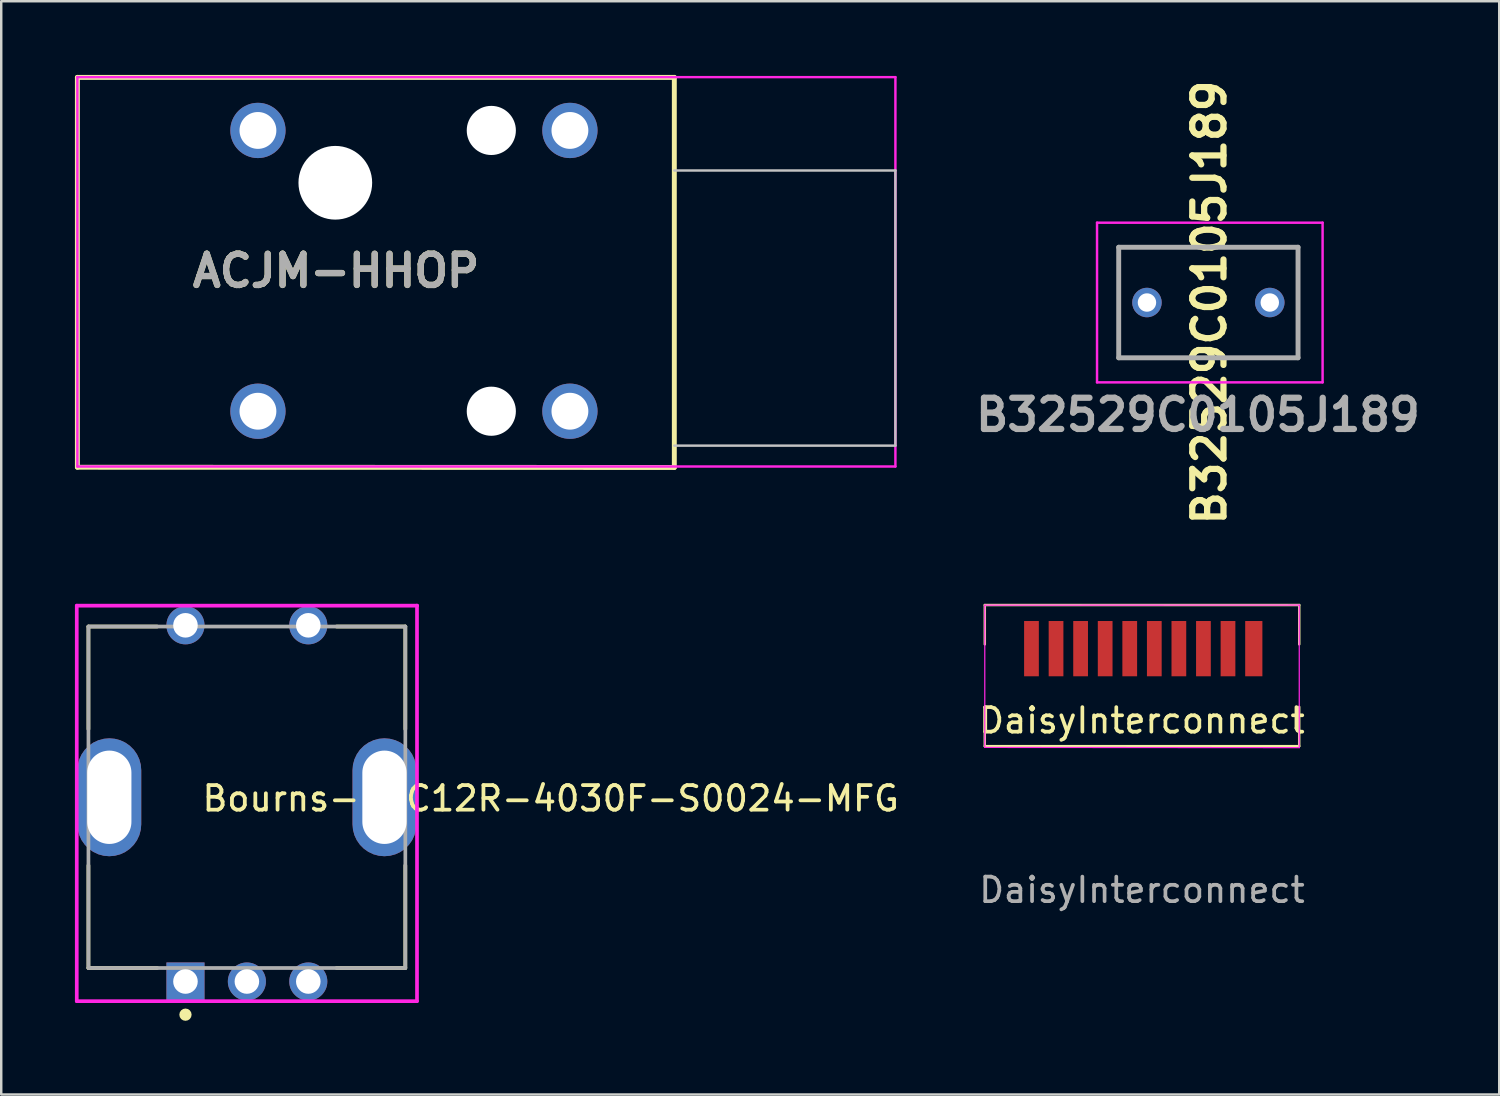
<source format=kicad_pcb>
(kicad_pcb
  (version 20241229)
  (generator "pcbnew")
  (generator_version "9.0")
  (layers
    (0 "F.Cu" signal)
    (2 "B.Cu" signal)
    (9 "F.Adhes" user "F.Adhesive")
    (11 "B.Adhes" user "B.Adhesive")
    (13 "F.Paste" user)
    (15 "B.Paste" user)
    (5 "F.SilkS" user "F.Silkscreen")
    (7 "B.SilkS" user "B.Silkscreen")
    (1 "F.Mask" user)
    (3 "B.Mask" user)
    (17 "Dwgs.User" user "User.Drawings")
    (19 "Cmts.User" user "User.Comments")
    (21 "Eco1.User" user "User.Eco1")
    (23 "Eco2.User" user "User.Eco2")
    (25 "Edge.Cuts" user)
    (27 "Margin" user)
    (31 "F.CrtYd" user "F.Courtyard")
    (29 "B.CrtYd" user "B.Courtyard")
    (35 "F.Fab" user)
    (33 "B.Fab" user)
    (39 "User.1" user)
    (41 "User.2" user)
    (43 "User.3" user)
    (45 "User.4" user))
  (footprint "Bourns-PEC12R-4030F-S0024-MFG"
    (layer "F.Cu")
    (at 7 29.405)
    (property "Reference" "Bourns-PEC12R-4030F-S0024-MFG" (at -1.9 0.05 0) (layer "F.SilkS") (effects (font (size 1 1) (thickness 0.154)) (justify left)))
    (attr through_hole)
    (fp_line (start -6.45 -6.95) (end -3.65 -6.95) (stroke (width 0.15) (type solid)) (layer "F.SilkS"))
    (fp_line (start -6.45 -2.775) (end -6.45 -6.95) (stroke (width 0.15) (type solid)) (layer "F.SilkS"))
    (fp_line (start -6.45 6.95) (end -6.45 2.775) (stroke (width 0.15) (type solid)) (layer "F.SilkS"))
    (fp_line (start -6.45 6.95) (end -3.65 6.95) (stroke (width 0.15) (type solid)) (layer "F.SilkS"))
    (fp_line (start 3.65 -6.95) (end 6.45 -6.95) (stroke (width 0.15) (type solid)) (layer "F.SilkS"))
    (fp_line (start 3.65 6.95) (end 6.45 6.95) (stroke (width 0.15) (type solid)) (layer "F.SilkS"))
    (fp_line (start 6.45 -2.775) (end 6.45 -6.95) (stroke (width 0.15) (type solid)) (layer "F.SilkS"))
    (fp_line (start 6.45 6.95) (end 6.45 2.775) (stroke (width 0.15) (type solid)) (layer "F.SilkS"))
    (fp_circle (center -2.5 8.85) (end -2.375 8.85) (stroke (width 0.25) (type solid)) (fill no) (layer "F.SilkS"))
    (fp_line (start -6.925 -7.8) (end -6.925 8.3) (stroke (width 0.15) (type solid)) (layer "F.CrtYd"))
    (fp_line (start -6.925 8.3) (end 6.925 8.3) (stroke (width 0.15) (type solid)) (layer "F.CrtYd"))
    (fp_line (start 6.925 -7.8) (end -6.925 -7.8) (stroke (width 0.15) (type solid)) (layer "F.CrtYd"))
    (fp_line (start 6.925 -7.8) (end 6.925 -7.8) (stroke (width 0.15) (type solid)) (layer "F.CrtYd"))
    (fp_line (start 6.925 8.3) (end 6.925 -7.8) (stroke (width 0.15) (type solid)) (layer "F.CrtYd"))
    (fp_line (start -6.45 -6.95) (end 6.45 -6.95) (stroke (width 0.15) (type solid)) (layer "F.Fab"))
    (fp_line (start -6.45 6.95) (end -6.45 -6.95) (stroke (width 0.15) (type solid)) (layer "F.Fab"))
    (fp_line (start 6.45 -6.95) (end 6.45 6.95) (stroke (width 0.15) (type solid)) (layer "F.Fab"))
    (fp_line (start 6.45 6.95) (end -6.45 6.95) (stroke (width 0.15) (type solid)) (layer "F.Fab"))
    (pad "" thru_hole roundrect (at -5.6 0) (size 2.6 4.8) (drill oval 1.8 3.8) (layers "*.Cu" "*.Mask") (roundrect_rratio 0.5))
    (pad "" thru_hole roundrect (at 5.6 0) (size 2.6 4.8) (drill oval 1.8 3.8) (layers "*.Cu" "*.Mask") (roundrect_rratio 0.5))
    (pad "A" thru_hole rect (at -2.5 7.5) (size 1.55 1.55) (drill 1) (layers "*.Cu" "*.Mask"))
    (pad "B" thru_hole circle (at 2.5 7.5) (size 1.55 1.55) (drill 1) (layers "*.Cu" "*.Mask"))
    (pad "C" thru_hole circle (at 0 7.5) (size 1.55 1.55) (drill 1) (layers "*.Cu" "*.Mask"))
    (pad "S1" thru_hole circle (at -2.5 -7) (size 1.55 1.55) (drill 1) (layers "*.Cu" "*.Mask"))
    (pad "S2" thru_hole circle (at 2.5 -7) (size 1.55 1.55) (drill 1) (layers "*.Cu" "*.Mask")))
  (footprint "ACJM-HHOP"
    (layer "F.Cu")
    (at 7.45 13.69)
    (property "Reference" "ACJM-HHOP" (at 3.18 -5.715 0) (layer "F.SilkS") (effects (font (size 1.27 1.27) (thickness 0.254))))
    (attr through_hole)
    (fp_line (start -7.35 -13.59) (end -7.35 2.28) (stroke (width 0.2) (type default)) (layer "F.SilkS"))
    (fp_line (start -7.35 -13.59) (end 16.95 -13.59) (stroke (width 0.2) (type solid)) (layer "F.SilkS"))
    (fp_line (start 16.95 -13.59) (end 16.95 2.29) (stroke (width 0.2) (type default)) (layer "F.SilkS"))
    (fp_line (start 16.95 2.29) (end -7.35 2.28) (stroke (width 0.2) (type solid)) (layer "F.SilkS"))
    (fp_line (start 16.95 1.4) (end 25.95 1.4) (stroke (width 0.1) (type default)) (layer "Dwgs.User"))
    (fp_line (start 25.95 -9.8) (end 16.95 -9.8) (stroke (width 0.1) (type default)) (layer "Dwgs.User"))
    (fp_line (start 25.95 1.4) (end 25.95 -9.8) (stroke (width 0.1) (type default)) (layer "Dwgs.User"))
    (fp_line (start -7.35 -13.6) (end 25.95 -13.6) (stroke (width 0.1) (type solid)) (layer "F.CrtYd"))
    (fp_line (start -7.35 2.25) (end -7.35 -13.6) (stroke (width 0.1) (type solid)) (layer "F.CrtYd"))
    (fp_line (start 25.95 -13.6) (end 25.95 2.25) (stroke (width 0.1) (type solid)) (layer "F.CrtYd"))
    (fp_line (start 25.95 2.25) (end -7.35 2.25) (stroke (width 0.1) (type solid)) (layer "F.CrtYd"))
    (fp_text user "${REFERENCE}" (at 3.18 -5.715 0) (layer "F.Fab") (effects (font (size 1.27 1.27) (thickness 0.254))))
    (pad "" np_thru_hole circle (at 3.15 -9.3) (size 3 3) (drill 3) (layers "*.Cu" "*.Mask"))
    (pad "" np_thru_hole circle (at 9.5 -11.43) (size 2 2) (drill 2) (layers "*.Cu" "*.Mask"))
    (pad "" np_thru_hole circle (at 9.5 0) (size 2 2) (drill 2) (layers "*.Cu" "*.Mask"))
    (pad "S" thru_hole circle (at 12.7 -11.43) (size 2.25 2.25) (drill 1.5) (layers "*.Cu" "*.Mask"))
    (pad "SN" thru_hole circle (at 12.7 0) (size 2.25 2.25) (drill 1.5) (layers "*.Cu" "*.Mask"))
    (pad "T" thru_hole circle (at 0 -11.43) (size 2.25 2.25) (drill 1.5) (layers "*.Cu" "*.Mask"))
    (pad "TN" thru_hole circle (at 0 0) (size 2.25 2.25) (drill 1.5) (layers "*.Cu" "*.Mask")))
  (footprint "DaisyInterconnect"
    (layer "F.Cu")
    (at 43.439 24.48)
    (property "Reference" "DaisyInterconnect" (at 0 1.8 0) (layer "F.SilkS") (effects (font (size 1 1) (thickness 0.15))))
    (attr smd)
    (fp_line (start -6.401 1.245) (end -6.401 2.845) (stroke (width 0.1) (type default)) (layer "F.SilkS"))
    (fp_line (start -6.401 2.845) (end 6.399 2.845) (stroke (width 0.1) (type default)) (layer "F.SilkS"))
    (fp_line (start -6.4 -2.9) (end -6.4 -1.3) (stroke (width 0.1) (type default)) (layer "F.SilkS"))
    (fp_line (start 6.399 2.845) (end 6.399 1.245) (stroke (width 0.1) (type default)) (layer "F.SilkS"))
    (fp_line (start 6.4 -2.9) (end -6.4 -2.9) (stroke (width 0.1) (type default)) (layer "F.SilkS"))
    (fp_line (start 6.4 -1.3) (end 6.4 -2.9) (stroke (width 0.1) (type default)) (layer "F.SilkS"))
    (fp_line (start -6.401 -2.896) (end -6.401 2.895) (stroke (width 0.05) (type solid)) (layer "F.CrtYd"))
    (fp_line (start -6.401 2.895) (end 6.401 2.905) (stroke (width 0.05) (type solid)) (layer "F.CrtYd"))
    (fp_line (start 6.401 -2.9) (end -6.401 -2.896) (stroke (width 0.05) (type solid)) (layer "F.CrtYd"))
    (fp_line (start 6.401 2.905) (end 6.401 -2.9) (stroke (width 0.05) (type solid)) (layer "F.CrtYd"))
    (fp_text user "${REFERENCE}" (at 0 8.7 0) (layer "F.Fab") (effects (font (size 1 1) (thickness 0.15))))
    (pad "1" smd rect (at -4.5 -1.125) (size 0.6 2.25) (layers "F.Cu" "F.Mask" "F.Paste"))
    (pad "2" smd rect (at -3.5 -1.125) (size 0.6 2.25) (layers "F.Cu" "F.Mask" "F.Paste"))
    (pad "3" smd rect (at -2.5 -1.125) (size 0.6 2.25) (layers "F.Cu" "F.Mask" "F.Paste"))
    (pad "4" smd rect (at -1.5 -1.125) (size 0.6 2.25) (layers "F.Cu" "F.Mask" "F.Paste"))
    (pad "5" smd rect (at -0.5 -1.125) (size 0.6 2.25) (layers "F.Cu" "F.Mask" "F.Paste"))
    (pad "6" smd rect (at 0.5 -1.125) (size 0.6 2.25) (layers "F.Cu" "F.Mask" "F.Paste"))
    (pad "7" smd rect (at 1.5 -1.125) (size 0.6 2.25) (layers "F.Cu" "F.Mask" "F.Paste"))
    (pad "8" smd rect (at 2.5 -1.125) (size 0.6 2.25) (layers "F.Cu" "F.Mask" "F.Paste"))
    (pad "9" smd rect (at 3.5 -1.125) (size 0.6 2.25) (layers "F.Cu" "F.Mask" "F.Paste"))
    (pad "10" smd rect (at 4.55 -1.125) (size 0.7 2.25) (layers "F.Cu" "F.Mask" "F.Paste")))
  (footprint "B32529C0105J189"
    (layer "F.Cu")
    (at 43.64 9.265)
    (property "Reference" "B32529C0105J189" (at 2.54 0 90) (layer "F.SilkS") (effects (font (size 1.27 1.27) (thickness 0.254))))
    (attr through_hole)
    (fp_line (start -1.15 -2.25) (end 6.15 -2.25) (stroke (width 0.1) (type solid)) (layer "F.SilkS"))
    (fp_line (start -1.15 2.25) (end -1.15 -2.25) (stroke (width 0.1) (type solid)) (layer "F.SilkS"))
    (fp_line (start 6.15 -2.25) (end 6.15 2.25) (stroke (width 0.1) (type solid)) (layer "F.SilkS"))
    (fp_line (start 6.15 2.25) (end -1.15 2.25) (stroke (width 0.1) (type solid)) (layer "F.SilkS"))
    (fp_line (start -2.032 -3.25) (end 7.15 -3.25) (stroke (width 0.1) (type solid)) (layer "F.CrtYd"))
    (fp_line (start -2.032 3.25) (end -2.032 -3.25) (stroke (width 0.1) (type solid)) (layer "F.CrtYd"))
    (fp_line (start 7.15 -3.25) (end 7.15 3.25) (stroke (width 0.1) (type solid)) (layer "F.CrtYd"))
    (fp_line (start 7.15 3.25) (end -2.032 3.25) (stroke (width 0.1) (type solid)) (layer "F.CrtYd"))
    (fp_line (start -1.15 -2.25) (end -1.15 2.25) (stroke (width 0.2) (type solid)) (layer "F.Fab"))
    (fp_line (start -1.15 2.25) (end 6.15 2.25) (stroke (width 0.2) (type solid)) (layer "F.Fab"))
    (fp_line (start 6.15 -2.25) (end -1.15 -2.25) (stroke (width 0.2) (type solid)) (layer "F.Fab"))
    (fp_line (start 6.15 2.25) (end 6.15 -2.25) (stroke (width 0.2) (type solid)) (layer "F.Fab"))
    (fp_text user "${REFERENCE}" (at 2.075 4.572 0) (layer "F.Fab") (effects (font (size 1.27 1.27) (thickness 0.254))))
    (pad "1" thru_hole circle (at 0 0) (size 1.2 1.2) (drill 0.75) (layers "*.Cu" "*.Mask"))
    (pad "2" thru_hole circle (at 5 0) (size 1.2 1.2) (drill 0.75) (layers "*.Cu" "*.Mask")))
  (gr_rect
    (start -3 -3)
    (end 57.98 41.505)
    (stroke (width 0.1) (type default))
    (fill no)
    (layer "Edge.Cuts")))
</source>
